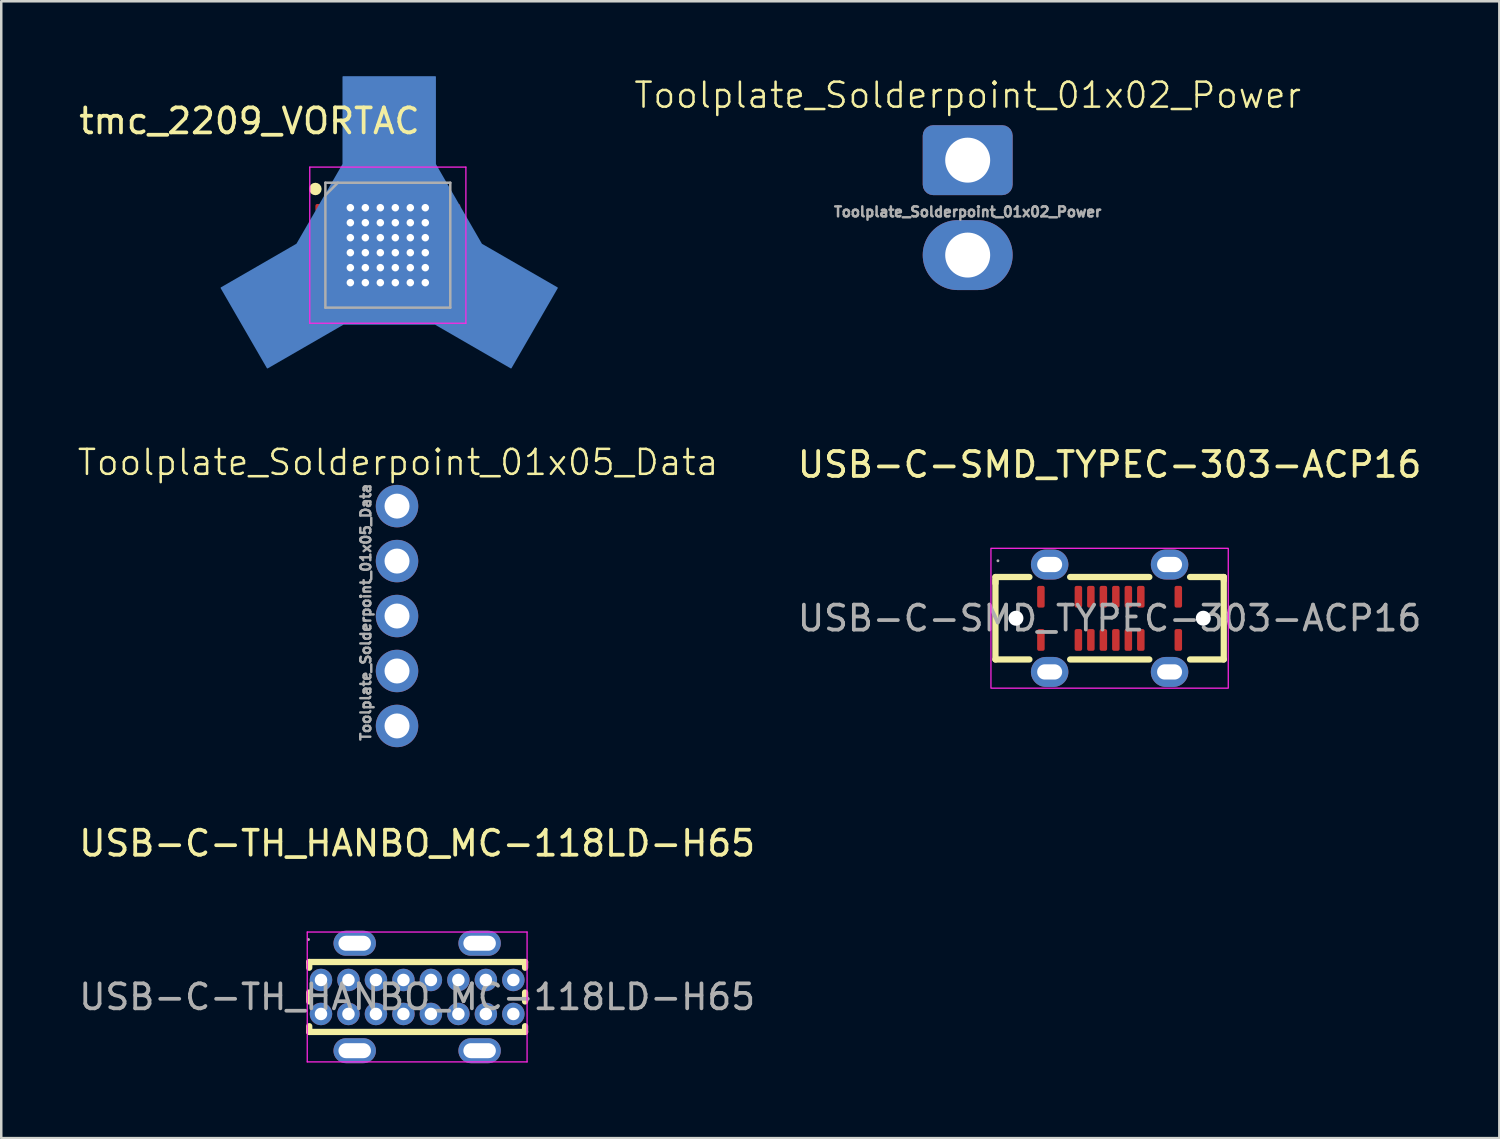
<source format=kicad_pcb>
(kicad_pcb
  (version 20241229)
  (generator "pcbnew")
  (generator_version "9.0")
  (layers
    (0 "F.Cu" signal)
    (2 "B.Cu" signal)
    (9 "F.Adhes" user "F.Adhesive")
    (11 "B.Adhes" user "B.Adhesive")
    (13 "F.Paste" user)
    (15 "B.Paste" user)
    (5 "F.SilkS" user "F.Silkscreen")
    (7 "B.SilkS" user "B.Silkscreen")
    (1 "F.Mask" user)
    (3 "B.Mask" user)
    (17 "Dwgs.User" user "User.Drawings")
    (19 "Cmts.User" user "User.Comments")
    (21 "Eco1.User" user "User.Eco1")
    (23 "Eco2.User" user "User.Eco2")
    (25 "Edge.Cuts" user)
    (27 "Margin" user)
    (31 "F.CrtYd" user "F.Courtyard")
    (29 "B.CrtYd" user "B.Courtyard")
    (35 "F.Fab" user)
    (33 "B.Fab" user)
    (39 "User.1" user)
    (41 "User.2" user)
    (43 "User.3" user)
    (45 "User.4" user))
  (footprint "Toolplate_Solderpoint_01x02_Power"
    (layer "F.Cu")
    (at 35.687 3.361)
    (property "Reference" "Toolplate_Solderpoint_01x02_Power" (at 0 -2.6 0) (unlocked yes) (layer "F.SilkS") (effects (font (size 1 1) (thickness 0.1))))
    (attr smd)
    (fp_text user "${REFERENCE}" (at 0 2.07 0) (unlocked yes) (layer "F.Fab") (effects (font (size 0.4 0.4) (thickness 0.1))))
    (pad "1" thru_hole roundrect (at 0 0) (size 3.6 2.8) (drill 1.8) (layers "*.Cu" "*.Mask") (roundrect_rratio 0.15))
    (pad "2" thru_hole oval (at 0 3.8) (size 3.6 2.8) (drill 1.8) (layers "*.Cu" "*.Mask")))
  (footprint "USB-C-TH_HANBO_MC-118LD-H65"
    (layer "F.Cu")
    (at 13.649 36.859)
    (property "Reference" "USB-C-TH_HANBO_MC-118LD-H65" (at 0 -6.15 0) (layer "F.SilkS") (effects (font (size 1 1) (thickness 0.15))))
    (attr through_hole)
    (fp_line (start -4.32 -1.4) (end -4.32 -1.17) (stroke (width 0.25) (type solid)) (layer "F.SilkS"))
    (fp_line (start -4.32 -1.4) (end 4.32 -1.4) (stroke (width 0.25) (type solid)) (layer "F.SilkS"))
    (fp_line (start -4.32 -0.18) (end -4.32 0.18) (stroke (width 0.25) (type solid)) (layer "F.SilkS"))
    (fp_line (start -4.32 1.17) (end -4.32 1.4) (stroke (width 0.25) (type solid)) (layer "F.SilkS"))
    (fp_line (start -4.32 1.4) (end 4.32 1.4) (stroke (width 0.25) (type solid)) (layer "F.SilkS"))
    (fp_line (start 4.32 -1.4) (end 4.32 -1.17) (stroke (width 0.25) (type solid)) (layer "F.SilkS"))
    (fp_line (start 4.32 -0.18) (end 4.32 0.18) (stroke (width 0.25) (type solid)) (layer "F.SilkS"))
    (fp_line (start 4.32 1.17) (end 4.32 1.4) (stroke (width 0.25) (type solid)) (layer "F.SilkS"))
    (fp_line (start -4.4 -2.6) (end -4.4 2.6) (stroke (width 0.05) (type default)) (layer "F.CrtYd"))
    (fp_line (start -4.4 2.6) (end 4.4 2.6) (stroke (width 0.05) (type default)) (layer "F.CrtYd"))
    (fp_line (start 4.4 -2.6) (end -4.4 -2.6) (stroke (width 0.05) (type default)) (layer "F.CrtYd"))
    (fp_line (start 4.4 2.6) (end 4.4 -2.6) (stroke (width 0.05) (type default)) (layer "F.CrtYd"))
    (fp_circle (center -4.35 -2.3) (end -4.32 -2.3) (stroke (width 0.06) (type solid)) (fill no) (layer "F.Fab"))
    (fp_text user "${REFERENCE}" (at 0 0 0) (layer "F.Fab") (effects (font (size 1 1) (thickness 0.15))))
    (pad "A1" thru_hole circle (at -3.85 -0.68 90) (size 0.9 0.9) (drill 0.5) (layers "*.Cu" "*.Mask"))
    (pad "A4" thru_hole circle (at -2.75 -0.68 90) (size 0.9 0.9) (drill 0.5) (layers "*.Cu" "*.Mask"))
    (pad "A5" thru_hole circle (at -1.65 -0.68 90) (size 0.9 0.9) (drill 0.5) (layers "*.Cu" "*.Mask"))
    (pad "A6" thru_hole circle (at -0.55 -0.68 90) (size 0.9 0.9) (drill 0.5) (layers "*.Cu" "*.Mask"))
    (pad "A7" thru_hole circle (at 0.55 -0.68 90) (size 0.9 0.9) (drill 0.5) (layers "*.Cu" "*.Mask"))
    (pad "A8" thru_hole circle (at 1.65 -0.68 90) (size 0.9 0.9) (drill 0.5) (layers "*.Cu" "*.Mask"))
    (pad "A9" thru_hole circle (at 2.75 -0.68 90) (size 0.9 0.9) (drill 0.5) (layers "*.Cu" "*.Mask"))
    (pad "A12" thru_hole circle (at 3.85 -0.68 90) (size 0.9 0.9) (drill 0.5) (layers "*.Cu" "*.Mask"))
    (pad "B1" thru_hole circle (at 3.85 0.68 90) (size 0.9 0.9) (drill 0.5) (layers "*.Cu" "*.Mask"))
    (pad "B4" thru_hole circle (at 2.75 0.68 90) (size 0.9 0.9) (drill 0.5) (layers "*.Cu" "*.Mask"))
    (pad "B5" thru_hole circle (at 1.65 0.68 90) (size 0.9 0.9) (drill 0.5) (layers "*.Cu" "*.Mask"))
    (pad "B6" thru_hole circle (at 0.55 0.68 90) (size 0.9 0.9) (drill 0.5) (layers "*.Cu" "*.Mask"))
    (pad "B7" thru_hole circle (at -0.55 0.68 90) (size 0.9 0.9) (drill 0.5) (layers "*.Cu" "*.Mask"))
    (pad "B8" thru_hole circle (at -1.65 0.68 90) (size 0.9 0.9) (drill 0.5) (layers "*.Cu" "*.Mask"))
    (pad "B9" thru_hole circle (at -2.75 0.68 90) (size 0.9 0.9) (drill 0.5) (layers "*.Cu" "*.Mask"))
    (pad "B12" thru_hole circle (at -3.85 0.68 90) (size 0.9 0.9) (drill 0.5) (layers "*.Cu" "*.Mask"))
    (pad "S1" thru_hole oval (at -2.5 -2.15 90) (size 1 1.7) (drill oval 0.6 1.3) (layers "*.Cu" "*.Mask"))
    (pad "S1" thru_hole oval (at -2.5 2.15 90) (size 1 1.7) (drill oval 0.6 1.3) (layers "*.Cu" "*.Mask"))
    (pad "S1" thru_hole oval (at 2.5 -2.15 90) (size 1 1.7) (drill oval 0.6 1.3) (layers "*.Cu" "*.Mask"))
    (pad "S1" thru_hole oval (at 2.5 2.15 90) (size 1 1.7) (drill oval 0.6 1.3) (layers "*.Cu" "*.Mask")))
  (footprint "Toolplate_Solderpoint_01x05_Data"
    (layer "F.Cu")
    (at 12.843 17.21)
    (property "Reference" "Toolplate_Solderpoint_01x05_Data" (at 0.04 -1.75 0) (unlocked yes) (layer "F.SilkS") (effects (font (size 1 1) (thickness 0.1))))
    (attr smd)
    (fp_text user "${REFERENCE}" (at -1.25 4.25 90) (unlocked yes) (layer "F.Fab") (effects (font (size 0.4 0.4) (thickness 0.1))))
    (pad "1" thru_hole circle (at 0 0) (size 1.7 1.7) (drill 1) (layers "*.Cu" "*.Mask"))
    (pad "2" thru_hole circle (at 0 2.2) (size 1.7 1.7) (drill 1) (layers "*.Cu" "*.Mask"))
    (pad "3" thru_hole circle (at 0 4.4) (size 1.7 1.7) (drill 1) (layers "*.Cu" "*.Mask"))
    (pad "4" thru_hole circle (at 0 6.6) (size 1.7 1.7) (drill 1) (layers "*.Cu" "*.Mask"))
    (pad "5" thru_hole circle (at 0 8.8) (size 1.7 1.7) (drill 1) (layers "*.Cu" "*.Mask")))
  (footprint "USB-C-SMD_TYPEC-303-ACP16"
    (layer "F.Cu")
    (at 41.368 21.698)
    (property "Reference" "USB-C-SMD_TYPEC-303-ACP16" (at 0 -6.15 0) (layer "F.SilkS") (effects (font (size 1 1) (thickness 0.15))))
    (attr smd)
    (fp_line (start -4.57 -1.65) (end -4.57 -1.4) (stroke (width 0.25) (type solid)) (layer "F.SilkS"))
    (fp_line (start -4.57 -1.52) (end -4.57 1.65) (stroke (width 0.25) (type solid)) (layer "F.SilkS"))
    (fp_line (start -4.57 1.65) (end -3.21 1.65) (stroke (width 0.25) (type solid)) (layer "F.SilkS"))
    (fp_line (start -3.21 -1.65) (end -4.57 -1.65) (stroke (width 0.25) (type solid)) (layer "F.SilkS"))
    (fp_line (start -1.58 1.65) (end 1.59 1.65) (stroke (width 0.25) (type solid)) (layer "F.SilkS"))
    (fp_line (start 1.59 -1.65) (end -1.58 -1.65) (stroke (width 0.25) (type solid)) (layer "F.SilkS"))
    (fp_line (start 3.22 1.65) (end 4.57 1.65) (stroke (width 0.25) (type solid)) (layer "F.SilkS"))
    (fp_line (start 4.57 -1.65) (end 3.22 -1.65) (stroke (width 0.25) (type solid)) (layer "F.SilkS"))
    (fp_line (start 4.57 -1.65) (end 4.57 -1.65) (stroke (width 0.25) (type solid)) (layer "F.SilkS"))
    (fp_line (start 4.57 -1.52) (end 4.57 -1.65) (stroke (width 0.25) (type solid)) (layer "F.SilkS"))
    (fp_line (start 4.57 1.65) (end 4.57 -1.52) (stroke (width 0.25) (type solid)) (layer "F.SilkS"))
    (fp_circle (center -3.75 0) (end -3.65 0) (stroke (width 0.2) (type solid)) (fill no) (layer "Cmts.User"))
    (fp_circle (center 3.75 0) (end 3.85 0) (stroke (width 0.2) (type solid)) (fill no) (layer "Cmts.User"))
    (fp_rect (start -4.75 -2.8) (end 4.75 2.8) (stroke (width 0.05) (type default)) (fill no) (layer "F.CrtYd"))
    (fp_circle (center -4.47 -2.3) (end -4.44 -2.3) (stroke (width 0.06) (type solid)) (fill no) (layer "F.Fab"))
    (fp_text user "${REFERENCE}" (at 0 0 0) (layer "F.Fab") (effects (font (size 1 1) (thickness 0.15))))
    (pad "" np_thru_hole circle (at -3.75 0) (size 0.6 0.6) (drill 0.6) (layers "*.Cu" "*.Mask"))
    (pad "" np_thru_hole circle (at 3.75 0) (size 0.6 0.6) (drill 0.6) (layers "*.Cu" "*.Mask"))
    (pad "A1" smd roundrect (at -2.75 -0.86) (size 0.3 0.87) (layers "F.Cu" "F.Mask" "F.Paste") (roundrect_rratio 0.25))
    (pad "A4" smd roundrect (at -1.25 -0.86) (size 0.3 0.87) (layers "F.Cu" "F.Mask" "F.Paste") (roundrect_rratio 0.25))
    (pad "A5" smd roundrect (at -0.75 -0.86) (size 0.3 0.87) (layers "F.Cu" "F.Mask" "F.Paste") (roundrect_rratio 0.25))
    (pad "A6" smd roundrect (at -0.25 -0.86) (size 0.3 0.87) (layers "F.Cu" "F.Mask" "F.Paste") (roundrect_rratio 0.25))
    (pad "A7" smd roundrect (at 0.25 -0.86) (size 0.3 0.87) (layers "F.Cu" "F.Mask" "F.Paste") (roundrect_rratio 0.25))
    (pad "A8" smd roundrect (at 0.75 -0.86) (size 0.3 0.87) (layers "F.Cu" "F.Mask" "F.Paste") (roundrect_rratio 0.25))
    (pad "A9" smd roundrect (at 1.25 -0.86) (size 0.3 0.87) (layers "F.Cu" "F.Mask" "F.Paste") (roundrect_rratio 0.25))
    (pad "A12" smd roundrect (at 2.75 -0.86) (size 0.3 0.87) (layers "F.Cu" "F.Mask" "F.Paste") (roundrect_rratio 0.25))
    (pad "B1" smd roundrect (at 2.75 0.87) (size 0.3 0.87) (layers "F.Cu" "F.Mask" "F.Paste") (roundrect_rratio 0.25))
    (pad "B4" smd roundrect (at 1.25 0.87) (size 0.3 0.87) (layers "F.Cu" "F.Mask" "F.Paste") (roundrect_rratio 0.25))
    (pad "B5" smd roundrect (at 0.75 0.87) (size 0.3 0.87) (layers "F.Cu" "F.Mask" "F.Paste") (roundrect_rratio 0.25))
    (pad "B6" smd roundrect (at 0.25 0.87) (size 0.3 0.87) (layers "F.Cu" "F.Mask" "F.Paste") (roundrect_rratio 0.25))
    (pad "B7" smd roundrect (at -0.25 0.87) (size 0.3 0.87) (layers "F.Cu" "F.Mask" "F.Paste") (roundrect_rratio 0.25))
    (pad "B8" smd roundrect (at -0.75 0.87) (size 0.3 0.87) (layers "F.Cu" "F.Mask" "F.Paste") (roundrect_rratio 0.25))
    (pad "B9" smd roundrect (at -1.25 0.87) (size 0.3 0.87) (layers "F.Cu" "F.Mask" "F.Paste") (roundrect_rratio 0.25))
    (pad "B12" smd roundrect (at -2.75 0.87) (size 0.3 0.87) (layers "F.Cu" "F.Mask" "F.Paste") (roundrect_rratio 0.25))
    (pad "S1" thru_hole oval (at -2.4 -2.15) (size 1.5 1.2) (drill oval 1 0.61) (layers "*.Cu" "*.Mask"))
    (pad "S1" thru_hole oval (at -2.4 2.15) (size 1.5 1.2) (drill oval 1 0.61) (layers "*.Cu" "*.Mask"))
    (pad "S1" thru_hole oval (at 2.4 -2.15) (size 1.5 1.2) (drill oval 1 0.61) (layers "*.Cu" "*.Mask"))
    (pad "S1" thru_hole oval (at 2.4 2.15) (size 1.5 1.2) (drill oval 1 0.61) (layers "*.Cu" "*.Mask")))
  (footprint "tmc_2209_VORTAC"
    (layer "F.Cu")
    (at 12.475 6.765)
    (property "Reference" "tmc_2209_VORTAC" (at -5.54 -4.97 0) (layer "F.SilkS") (effects (font (size 1 1) (thickness 0.15))))
    (attr smd)
    (fp_circle (center -2.9 -2.25) (end -2.9 -2.125) (stroke (width 0.25) (type solid)) (fill no) (layer "F.SilkS"))
    (fp_line (start -3.125 -3.125) (end 3.125 -3.125) (stroke (width 0.05) (type solid)) (layer "F.CrtYd"))
    (fp_line (start -3.125 3.125) (end -3.125 -3.125) (stroke (width 0.05) (type solid)) (layer "F.CrtYd"))
    (fp_line (start 3.125 -3.125) (end 3.125 3.125) (stroke (width 0.05) (type solid)) (layer "F.CrtYd"))
    (fp_line (start 3.125 3.125) (end -3.125 3.125) (stroke (width 0.05) (type solid)) (layer "F.CrtYd"))
    (fp_line (start -2.5 -2.5) (end 2.5 -2.5) (stroke (width 0.1) (type solid)) (layer "F.Fab"))
    (fp_line (start -2.5 -2) (end -2 -2.5) (stroke (width 0.1) (type solid)) (layer "F.Fab"))
    (fp_line (start -2.5 2.5) (end -2.5 -2.5) (stroke (width 0.1) (type solid)) (layer "F.Fab"))
    (fp_line (start 2.5 -2.5) (end 2.5 2.5) (stroke (width 0.1) (type solid)) (layer "F.Fab"))
    (fp_line (start 2.5 2.5) (end -2.5 2.5) (stroke (width 0.1) (type solid)) (layer "F.Fab"))
    (pad "" smd roundrect (at -0.95 -0.95) (size 1.7 1.7) (layers "F.Cu" "F.Mask" "F.Paste") (roundrect_rratio 0.067))
    (pad "" smd roundrect (at -0.95 0.95) (size 1.7 1.7) (layers "F.Cu" "F.Mask" "F.Paste") (roundrect_rratio 0.067))
    (pad "" smd roundrect (at 0.95 -0.95) (size 1.7 1.7) (layers "F.Cu" "F.Mask" "F.Paste") (roundrect_rratio 0.067))
    (pad "" smd roundrect (at 0.95 0.95) (size 1.7 1.7) (layers "F.Cu" "F.Mask" "F.Paste") (roundrect_rratio 0.067))
    (pad "1" smd roundrect (at -2.5 -1.5 90) (size 0.3 0.8) (layers "F.Cu" "F.Mask" "F.Paste") (roundrect_rratio 0.25))
    (pad "2" smd roundrect (at -2.5 -1 90) (size 0.3 0.8) (layers "F.Cu" "F.Mask" "F.Paste") (roundrect_rratio 0.25))
    (pad "3" smd roundrect (at -2.5 -0.5 90) (size 0.3 0.8) (layers "F.Cu" "F.Mask" "F.Paste") (roundrect_rratio 0.25))
    (pad "4" smd roundrect (at -2.5 0 90) (size 0.3 0.8) (layers "F.Cu" "F.Mask" "F.Paste") (roundrect_rratio 0.25))
    (pad "5" smd roundrect (at -2.5 0.5 90) (size 0.3 0.8) (layers "F.Cu" "F.Mask" "F.Paste") (roundrect_rratio 0.25))
    (pad "6" smd roundrect (at -2.5 1 90) (size 0.3 0.8) (layers "F.Cu" "F.Mask" "F.Paste") (roundrect_rratio 0.25))
    (pad "7" smd roundrect (at -2.5 1.5 90) (size 0.3 0.8) (layers "F.Cu" "F.Mask" "F.Paste") (roundrect_rratio 0.25))
    (pad "8" smd roundrect (at -1.5 2.5) (size 0.3 0.8) (layers "F.Cu" "F.Mask" "F.Paste") (roundrect_rratio 0.25))
    (pad "9" smd roundrect (at -1 2.5) (size 0.3 0.8) (layers "F.Cu" "F.Mask" "F.Paste") (roundrect_rratio 0.25))
    (pad "10" smd roundrect (at -0.5 2.5) (size 0.3 0.8) (layers "F.Cu" "F.Mask" "F.Paste") (roundrect_rratio 0.25))
    (pad "11" smd roundrect (at 0 2.5) (size 0.3 0.8) (layers "F.Cu" "F.Mask" "F.Paste") (roundrect_rratio 0.25))
    (pad "12" smd roundrect (at 0.5 2.5) (size 0.3 0.8) (layers "F.Cu" "F.Mask" "F.Paste") (roundrect_rratio 0.25))
    (pad "13" smd roundrect (at 1 2.5) (size 0.3 0.8) (layers "F.Cu" "F.Mask" "F.Paste") (roundrect_rratio 0.25))
    (pad "14" smd roundrect (at 1.5 2.5) (size 0.3 0.8) (layers "F.Cu" "F.Mask" "F.Paste") (roundrect_rratio 0.25))
    (pad "15" smd roundrect (at 2.5 1.5 90) (size 0.3 0.8) (layers "F.Cu" "F.Mask" "F.Paste") (roundrect_rratio 0.25))
    (pad "16" smd roundrect (at 2.5 1 90) (size 0.3 0.8) (layers "F.Cu" "F.Mask" "F.Paste") (roundrect_rratio 0.25))
    (pad "17" smd roundrect (at 2.5 0.5 90) (size 0.3 0.8) (layers "F.Cu" "F.Mask" "F.Paste") (roundrect_rratio 0.25))
    (pad "18" smd roundrect (at 2.5 0 90) (size 0.3 0.8) (layers "F.Cu" "F.Mask" "F.Paste") (roundrect_rratio 0.25))
    (pad "19" smd roundrect (at 2.5 -0.5 90) (size 0.3 0.8) (layers "F.Cu" "F.Mask" "F.Paste") (roundrect_rratio 0.25))
    (pad "20" smd roundrect (at 2.5 -1 90) (size 0.3 0.8) (layers "F.Cu" "F.Mask" "F.Paste") (roundrect_rratio 0.25))
    (pad "21" smd roundrect (at 2.5 -1.5 90) (size 0.3 0.8) (layers "F.Cu" "F.Mask" "F.Paste") (roundrect_rratio 0.25))
    (pad "22" smd roundrect (at 1.5 -2.5) (size 0.3 0.8) (layers "F.Cu" "F.Mask" "F.Paste") (roundrect_rratio 0.25))
    (pad "23" smd roundrect (at 1 -2.5) (size 0.3 0.8) (layers "F.Cu" "F.Mask" "F.Paste") (roundrect_rratio 0.25))
    (pad "24" smd roundrect (at 0.5 -2.5) (size 0.3 0.8) (layers "F.Cu" "F.Mask" "F.Paste") (roundrect_rratio 0.25))
    (pad "25" smd roundrect (at 0 -2.5) (size 0.3 0.8) (layers "F.Cu" "F.Mask" "F.Paste") (roundrect_rratio 0.25))
    (pad "26" smd roundrect (at -0.5 -2.5) (size 0.3 0.8) (layers "F.Cu" "F.Mask" "F.Paste") (roundrect_rratio 0.25))
    (pad "27" smd roundrect (at -1 -2.5) (size 0.3 0.8) (layers "F.Cu" "F.Mask" "F.Paste") (roundrect_rratio 0.25))
    (pad "28" smd roundrect (at -1.5 -2.5) (size 0.3 0.8) (layers "F.Cu" "F.Mask" "F.Paste") (roundrect_rratio 0.25))
    (pad "29" thru_hole circle (at -1.5 -1.5) (size 0.55 0.55) (drill 0.3) (layers "*.Cu"))
    (pad "29" thru_hole circle (at -1.5 -0.9) (size 0.55 0.55) (drill 0.3) (layers "*.Cu"))
    (pad "29" thru_hole circle (at -1.5 -0.3) (size 0.55 0.55) (drill 0.3) (layers "*.Cu"))
    (pad "29" thru_hole circle (at -1.5 0.3) (size 0.55 0.55) (drill 0.3) (layers "*.Cu"))
    (pad "29" thru_hole circle (at -1.5 0.9) (size 0.55 0.55) (drill 0.3) (layers "*.Cu"))
    (pad "29" thru_hole circle (at -1.5 1.5) (size 0.55 0.55) (drill 0.3) (layers "*.Cu"))
    (pad "29" thru_hole circle (at -0.9 -1.5) (size 0.55 0.55) (drill 0.3) (layers "*.Cu"))
    (pad "29" thru_hole circle (at -0.9 -0.9) (size 0.55 0.55) (drill 0.3) (layers "*.Cu"))
    (pad "29" thru_hole circle (at -0.9 -0.3) (size 0.55 0.55) (drill 0.3) (layers "*.Cu"))
    (pad "29" thru_hole circle (at -0.9 0.3) (size 0.55 0.55) (drill 0.3) (layers "*.Cu"))
    (pad "29" thru_hole circle (at -0.9 0.9) (size 0.55 0.55) (drill 0.3) (layers "*.Cu"))
    (pad "29" thru_hole circle (at -0.9 1.5) (size 0.55 0.55) (drill 0.3) (layers "*.Cu"))
    (pad "29" thru_hole circle (at -0.3 -1.5) (size 0.55 0.55) (drill 0.3) (layers "*.Cu"))
    (pad "29" thru_hole circle (at -0.3 -0.9) (size 0.55 0.55) (drill 0.3) (layers "*.Cu"))
    (pad "29" thru_hole circle (at -0.3 -0.3) (size 0.55 0.55) (drill 0.3) (layers "*.Cu"))
    (pad "29" thru_hole circle (at -0.3 0.3) (size 0.55 0.55) (drill 0.3) (layers "*.Cu"))
    (pad "29" thru_hole circle (at -0.3 0.9) (size 0.55 0.55) (drill 0.3) (layers "*.Cu"))
    (pad "29" thru_hole circle (at -0.3 1.5) (size 0.55 0.55) (drill 0.3) (layers "*.Cu"))
    (pad "29" smd roundrect (at 0 0) (size 3.8 3.8) (layers "F.Cu" "F.Mask") (roundrect_rratio 0.026))
    (pad "29" smd custom (at 0.04 -3.62) (size 2 2) (layers "B.Cu" "B.Mask") (options (anchor circle)) (primitives (gr_poly (pts (xy 2.83 3.61) (xy 1.32 3.61) (xy 2.06 6.11) (xy -2.04 6.11) (xy -2.06 6.78) (xy 1.86 6.78) (xy 4.89 8.53) (xy 6.74 5.33) (xy 3.29 3.34)) (width 0.05) (fill yes)) (gr_poly (pts (xy -1.83 0.38) (xy -3.68 3.58) (xy -6.71 5.33) (xy -4.86 8.53) (xy -0.96 6.28) (xy -2.54 3.55) (xy -1.46 3.55) (xy 0.15 6.33) (xy 1.07 6.33) (xy -1.98 1.05) (xy -0.91 1.05) (xy 2.13 6.32) (xy 1.99 4.47) (xy 0.02 1.05) (xy 1.09 1.05) (xy 2.64 3.74) (xy 3.8 3.74) (xy 1.86 0.38) (xy 1.86 -3.12) (xy -1.83 -3.12)) (width 0.05) (fill yes))))
    (pad "29" smd custom (at 0.1 -2) (size 2 2) (layers "B.Cu") (options (anchor rect)) (primitives (gr_poly (pts (xy 3.4 1.9) (xy 1.7 5) (xy -1.8 5) (xy -3.5 1.9) (xy -1.8 -1) (xy 1.7 -1)) (width 0.1) (fill yes))))
    (pad "29" thru_hole circle (at 0.3 -1.5) (size 0.55 0.55) (drill 0.3) (layers "*.Cu"))
    (pad "29" thru_hole circle (at 0.3 -0.9) (size 0.55 0.55) (drill 0.3) (layers "*.Cu"))
    (pad "29" thru_hole circle (at 0.3 -0.3) (size 0.55 0.55) (drill 0.3) (layers "*.Cu"))
    (pad "29" thru_hole circle (at 0.3 0.3) (size 0.55 0.55) (drill 0.3) (layers "*.Cu"))
    (pad "29" thru_hole circle (at 0.3 0.9) (size 0.55 0.55) (drill 0.3) (layers "*.Cu"))
    (pad "29" thru_hole circle (at 0.3 1.5) (size 0.55 0.55) (drill 0.3) (layers "*.Cu"))
    (pad "29" thru_hole circle (at 0.9 -1.5) (size 0.55 0.55) (drill 0.3) (layers "*.Cu"))
    (pad "29" thru_hole circle (at 0.9 -0.9) (size 0.55 0.55) (drill 0.3) (layers "*.Cu"))
    (pad "29" thru_hole circle (at 0.9 -0.3) (size 0.55 0.55) (drill 0.3) (layers "*.Cu"))
    (pad "29" thru_hole circle (at 0.9 0.3) (size 0.55 0.55) (drill 0.3) (layers "*.Cu"))
    (pad "29" thru_hole circle (at 0.9 0.9) (size 0.55 0.55) (drill 0.3) (layers "*.Cu"))
    (pad "29" thru_hole circle (at 0.9 1.5) (size 0.55 0.55) (drill 0.3) (layers "*.Cu"))
    (pad "29" thru_hole circle (at 1.5 -1.5) (size 0.55 0.55) (drill 0.3) (layers "*.Cu"))
    (pad "29" thru_hole circle (at 1.5 -0.9) (size 0.55 0.55) (drill 0.3) (layers "*.Cu"))
    (pad "29" thru_hole circle (at 1.5 -0.3) (size 0.55 0.55) (drill 0.3) (layers "*.Cu"))
    (pad "29" thru_hole circle (at 1.5 0.3) (size 0.55 0.55) (drill 0.3) (layers "*.Cu"))
    (pad "29" thru_hole circle (at 1.5 0.9) (size 0.55 0.55) (drill 0.3) (layers "*.Cu"))
    (pad "29" thru_hole circle (at 1.5 1.5) (size 0.55 0.55) (drill 0.3) (layers "*.Cu")))
  (gr_rect
    (start -3 -3)
    (end 56.969 42.509)
    (stroke (width 0.1) (type default))
    (fill no)
    (layer "Edge.Cuts")))
</source>
